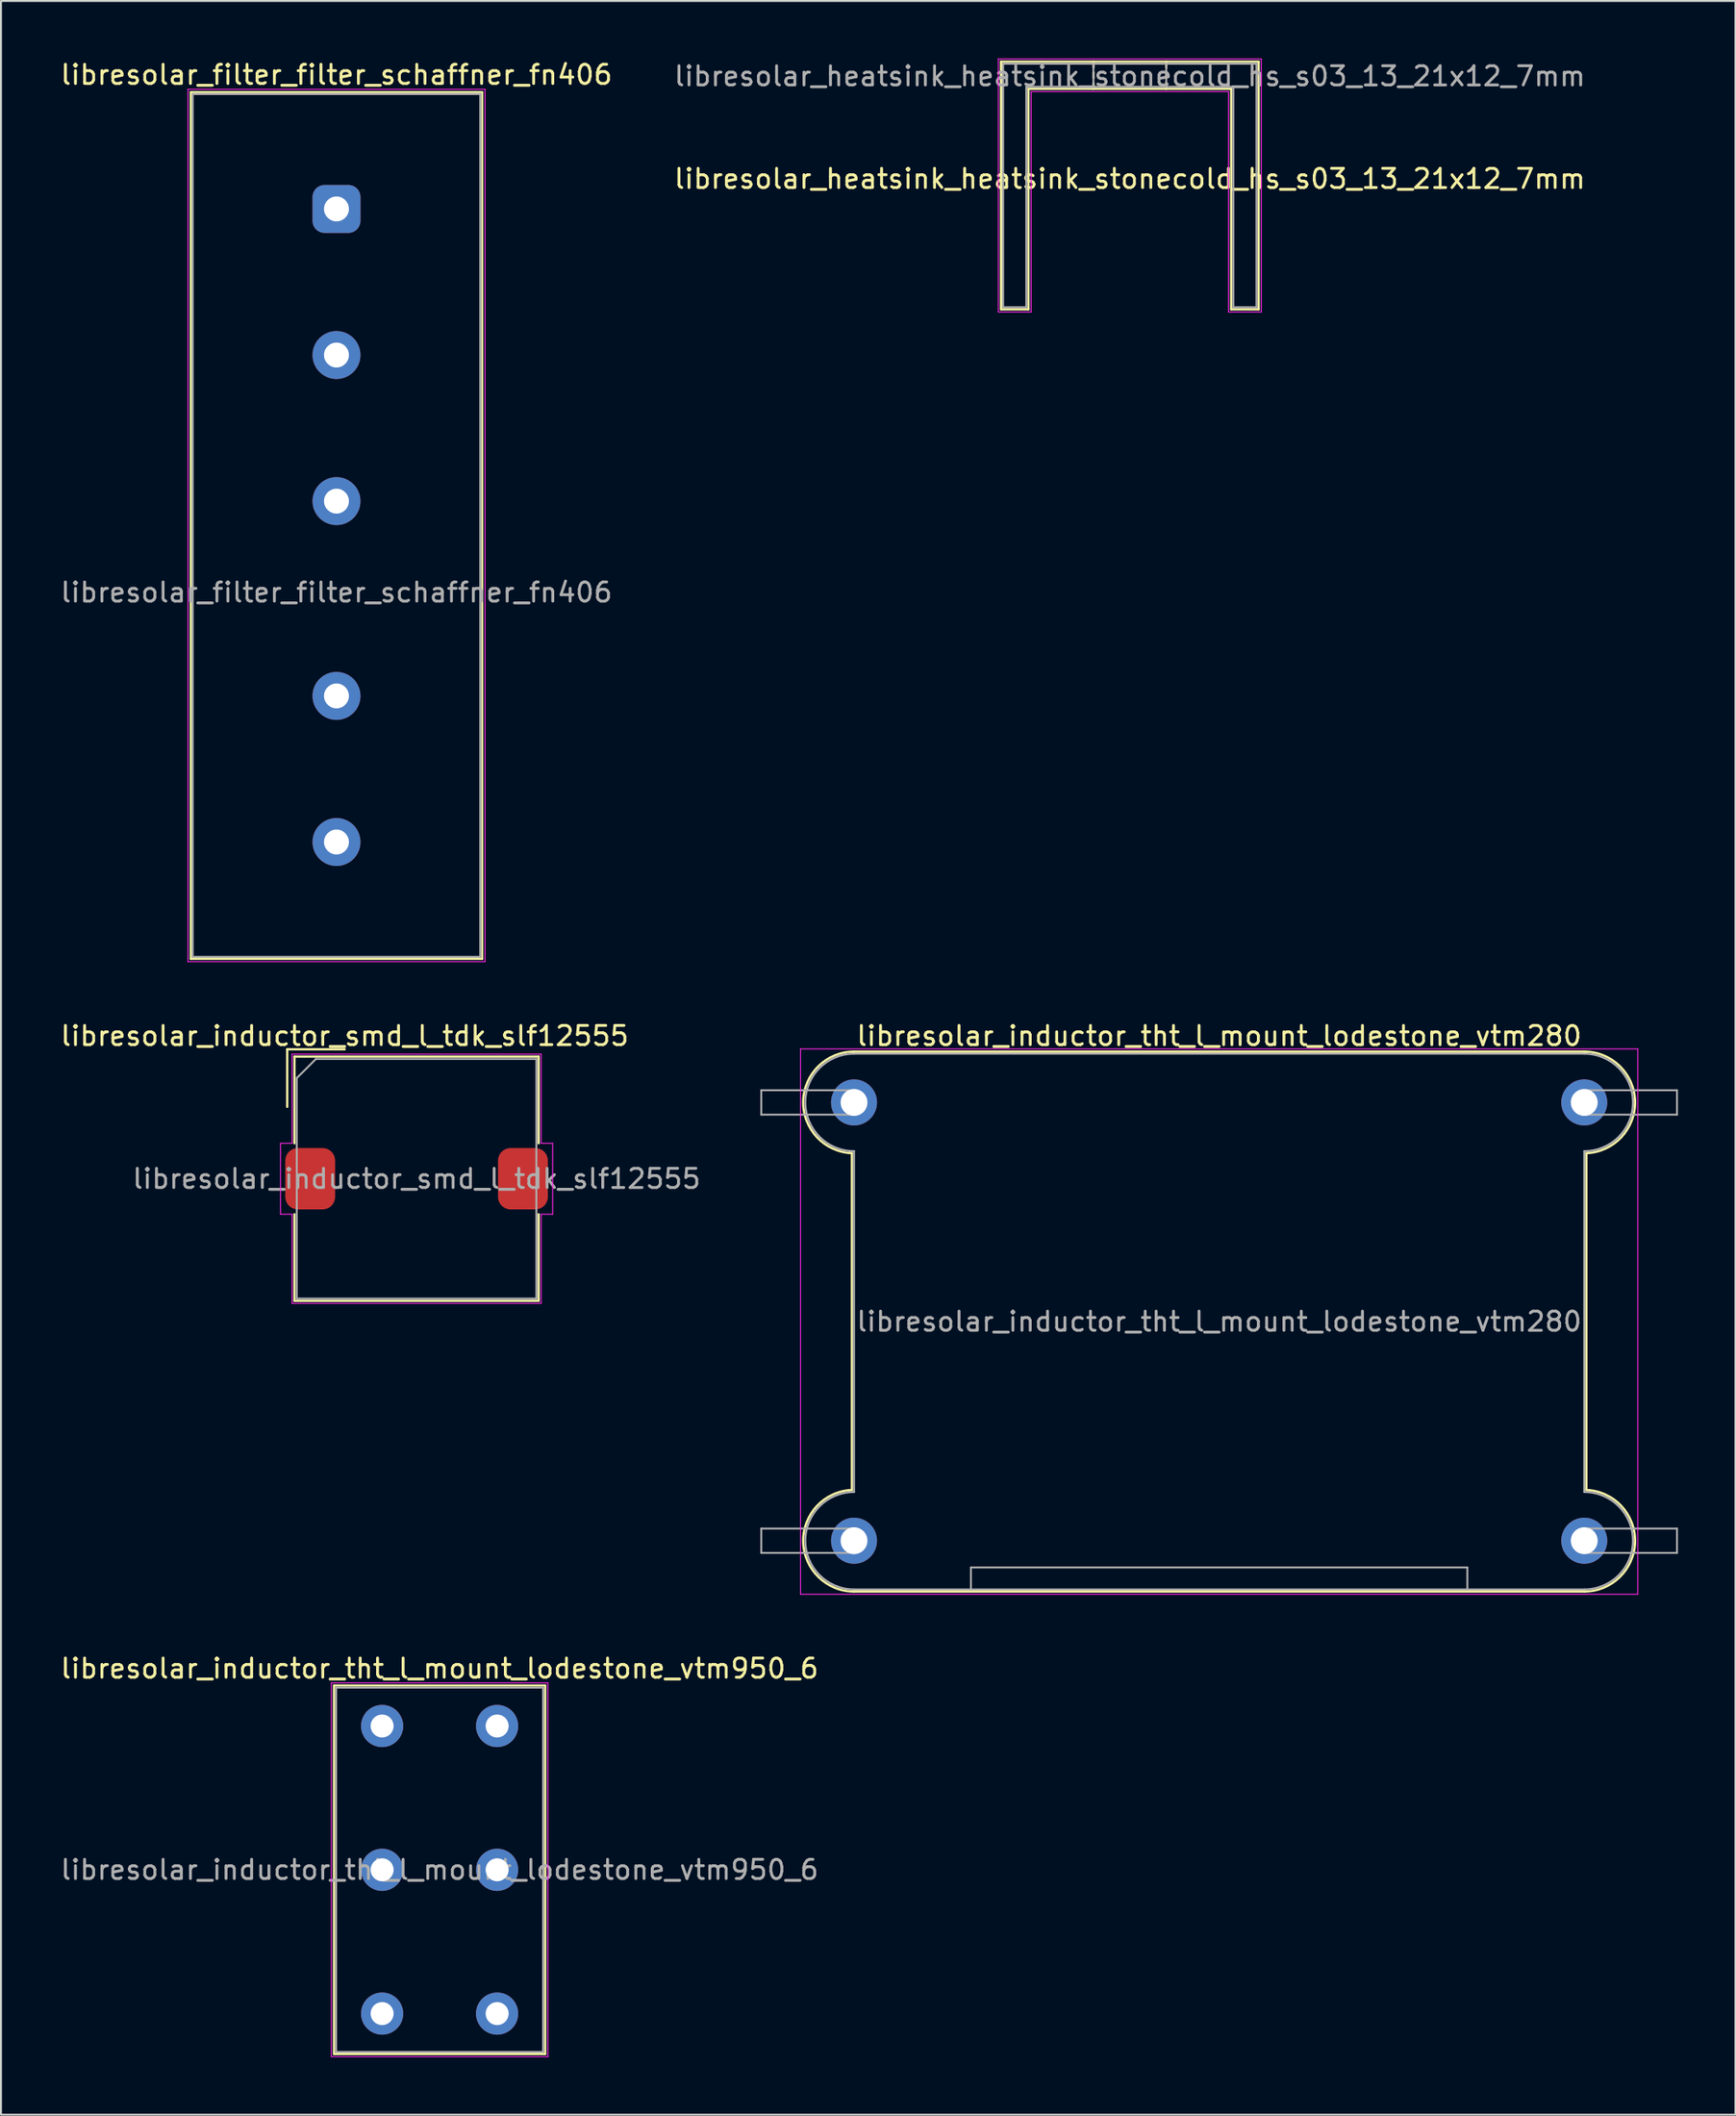
<source format=kicad_pcb>
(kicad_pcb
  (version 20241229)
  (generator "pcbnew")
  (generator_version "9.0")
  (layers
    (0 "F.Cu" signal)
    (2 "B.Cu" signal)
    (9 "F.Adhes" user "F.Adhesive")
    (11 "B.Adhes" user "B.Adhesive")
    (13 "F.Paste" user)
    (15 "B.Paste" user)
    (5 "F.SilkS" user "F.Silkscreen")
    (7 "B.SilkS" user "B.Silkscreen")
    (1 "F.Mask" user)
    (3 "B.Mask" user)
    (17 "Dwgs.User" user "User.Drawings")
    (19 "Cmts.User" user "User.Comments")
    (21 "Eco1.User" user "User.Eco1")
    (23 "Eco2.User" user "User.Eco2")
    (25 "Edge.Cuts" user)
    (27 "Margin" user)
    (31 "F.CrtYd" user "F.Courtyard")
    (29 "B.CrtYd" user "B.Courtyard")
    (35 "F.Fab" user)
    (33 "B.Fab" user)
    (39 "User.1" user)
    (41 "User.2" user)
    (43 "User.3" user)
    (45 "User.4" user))
  (footprint "libresolar_inductor_tht_l_mount_lodestone_vtm280"
    (layer "F.Cu")
    (at 41.509 77.311)
    (property "Reference" "libresolar_inductor_tht_l_mount_lodestone_vtm280" (at 19.05 -26.33 0) (layer "F.SilkS") (effects (font (size 1 1) (thickness 0.15))))
    (attr through_hole)
    (fp_line (start -0.11 -2.65) (end -0.11 -20.21) (stroke (width 0.12) (type solid)) (layer "F.SilkS"))
    (fp_line (start 0 -25.51) (end 38.1 -25.51) (stroke (width 0.12) (type solid)) (layer "F.SilkS"))
    (fp_line (start 0 2.65) (end 38.1 2.65) (stroke (width 0.12) (type solid)) (layer "F.SilkS"))
    (fp_line (start 38.21 -2.65) (end 38.21 -20.21) (stroke (width 0.12) (type solid)) (layer "F.SilkS"))
    (fp_arc (start -0.11097 -20.212325) (mid -2.649418 -22.915497) (end 0 -25.51) (stroke (width 0.12) (type solid)) (layer "F.SilkS"))
    (fp_arc (start 0 2.65) (mid -2.649419 0.055497) (end -0.11097 -2.647675) (stroke (width 0.12) (type solid)) (layer "F.SilkS"))
    (fp_arc (start 38.1 -25.51) (mid 40.749419 -22.915497) (end 38.21097 -20.212325) (stroke (width 0.12) (type solid)) (layer "F.SilkS"))
    (fp_arc (start 38.21097 -2.647675) (mid 40.749418 0.055497) (end 38.1 2.65) (stroke (width 0.12) (type solid)) (layer "F.SilkS"))
    (fp_line (start -2.79 -25.65) (end 40.89 -25.65) (stroke (width 0.05) (type solid)) (layer "F.CrtYd"))
    (fp_line (start -2.79 2.79) (end -2.79 -25.65) (stroke (width 0.05) (type solid)) (layer "F.CrtYd"))
    (fp_line (start -2.79 2.79) (end 40.89 2.79) (stroke (width 0.05) (type solid)) (layer "F.CrtYd"))
    (fp_line (start 40.89 2.79) (end 40.89 -25.65) (stroke (width 0.05) (type solid)) (layer "F.CrtYd"))
    (fp_line (start -4.84 -23.495) (end 0 -23.495) (stroke (width 0.1) (type solid)) (layer "F.Fab"))
    (fp_line (start -4.84 -22.225) (end -4.84 -23.495) (stroke (width 0.1) (type solid)) (layer "F.Fab"))
    (fp_line (start -4.84 -0.635) (end 0 -0.635) (stroke (width 0.1) (type solid)) (layer "F.Fab"))
    (fp_line (start -4.84 0.635) (end -4.84 -0.635) (stroke (width 0.1) (type solid)) (layer "F.Fab"))
    (fp_line (start 0 -25.4) (end 38.1 -25.4) (stroke (width 0.1) (type solid)) (layer "F.Fab"))
    (fp_line (start 0 -22.225) (end -4.84 -22.225) (stroke (width 0.1) (type solid)) (layer "F.Fab"))
    (fp_line (start 0 -2.54) (end 0 -20.32) (stroke (width 0.1) (type solid)) (layer "F.Fab"))
    (fp_line (start 0 0.635) (end -4.84 0.635) (stroke (width 0.1) (type solid)) (layer "F.Fab"))
    (fp_line (start 0 2.54) (end 38.1 2.54) (stroke (width 0.1) (type solid)) (layer "F.Fab"))
    (fp_line (start 6.1 1.395) (end 6.1 2.54) (stroke (width 0.1) (type solid)) (layer "F.Fab"))
    (fp_line (start 6.1 1.395) (end 32 1.395) (stroke (width 0.1) (type solid)) (layer "F.Fab"))
    (fp_line (start 32 1.395) (end 32 2.54) (stroke (width 0.1) (type solid)) (layer "F.Fab"))
    (fp_line (start 38.1 -23.495) (end 42.94 -23.495) (stroke (width 0.1) (type solid)) (layer "F.Fab"))
    (fp_line (start 38.1 -2.54) (end 38.1 -20.32) (stroke (width 0.1) (type solid)) (layer "F.Fab"))
    (fp_line (start 38.1 -0.635) (end 42.94 -0.635) (stroke (width 0.1) (type solid)) (layer "F.Fab"))
    (fp_line (start 42.94 -23.495) (end 42.94 -22.225) (stroke (width 0.1) (type solid)) (layer "F.Fab"))
    (fp_line (start 42.94 -22.225) (end 38.1 -22.225) (stroke (width 0.1) (type solid)) (layer "F.Fab"))
    (fp_line (start 42.94 -0.635) (end 42.94 0.635) (stroke (width 0.1) (type solid)) (layer "F.Fab"))
    (fp_line (start 42.94 0.635) (end 38.1 0.635) (stroke (width 0.1) (type solid)) (layer "F.Fab"))
    (fp_arc (start 0 -23.495) (mid 0.635 -22.86) (end 0 -22.225) (stroke (width 0.1) (type solid)) (layer "F.Fab"))
    (fp_arc (start 0 -20.32) (mid -2.54 -22.86) (end 0 -25.4) (stroke (width 0.1) (type solid)) (layer "F.Fab"))
    (fp_arc (start 0 -0.635) (mid 0.635 0) (end 0 0.635) (stroke (width 0.1) (type solid)) (layer "F.Fab"))
    (fp_arc (start 0 2.54) (mid -2.54 0) (end 0 -2.54) (stroke (width 0.1) (type solid)) (layer "F.Fab"))
    (fp_arc (start 38.1 -25.4) (mid 40.64 -22.86) (end 38.1 -20.32) (stroke (width 0.1) (type solid)) (layer "F.Fab"))
    (fp_arc (start 38.1 -22.225) (mid 37.465 -22.86) (end 38.1 -23.495) (stroke (width 0.1) (type solid)) (layer "F.Fab"))
    (fp_arc (start 38.1 -2.54) (mid 40.64 0) (end 38.1 2.54) (stroke (width 0.1) (type solid)) (layer "F.Fab"))
    (fp_arc (start 38.1 0.635) (mid 37.465 0) (end 38.1 -0.635) (stroke (width 0.1) (type solid)) (layer "F.Fab"))
    (fp_text user "${REFERENCE}" (at 19.05 -11.43 0) (layer "F.Fab") (effects (font (size 1 1) (thickness 0.15))))
    (pad "1" thru_hole circle (at 0 0) (size 2.4 2.4) (drill 1.4) (layers "*.Cu" "*.Mask"))
    (pad "2" thru_hole circle (at 38.1 -22.86) (size 2.4 2.4) (drill 1.4) (layers "*.Cu" "*.Mask"))
    (pad "3" thru_hole circle (at 0 -22.86) (size 2.4 2.4) (drill 1.4) (layers "*.Cu" "*.Mask"))
    (pad "4" thru_hole circle (at 38.1 0) (size 2.4 2.4) (drill 1.4) (layers "*.Cu" "*.Mask")))
  (footprint "libresolar_heatsink_heatsink_stonecold_hs_s03_13_21x12_7mm"
    (layer "F.Cu")
    (at 55.899 0.275)
    (property "Reference" "libresolar_heatsink_heatsink_stonecold_hs_s03_13_21x12_7mm" (at 0 6 0) (layer "F.SilkS") (effects (font (size 1 1) (thickness 0.15))))
    (fp_line (start -6.72 -0.11) (end -6.72 12.81) (stroke (width 0.12) (type solid)) (layer "F.SilkS"))
    (fp_line (start -6.72 -0.11) (end 6.72 -0.11) (stroke (width 0.12) (type solid)) (layer "F.SilkS"))
    (fp_line (start -6.72 12.81) (end -5.29 12.81) (stroke (width 0.12) (type solid)) (layer "F.SilkS"))
    (fp_line (start -5.29 1.31) (end 5.29 1.31) (stroke (width 0.12) (type solid)) (layer "F.SilkS"))
    (fp_line (start -5.29 12.81) (end -5.29 1.31) (stroke (width 0.12) (type solid)) (layer "F.SilkS"))
    (fp_line (start -1.9 -0.11) (end -1.9 0.19) (stroke (width 0.12) (type solid)) (layer "F.SilkS"))
    (fp_line (start -1.9 0.45) (end -1.9 0.75) (stroke (width 0.12) (type solid)) (layer "F.SilkS"))
    (fp_line (start -1.9 1.01) (end -1.9 1.31) (stroke (width 0.12) (type solid)) (layer "F.SilkS"))
    (fp_line (start 1.9 -0.11) (end 1.9 0.19) (stroke (width 0.12) (type solid)) (layer "F.SilkS"))
    (fp_line (start 1.9 0.45) (end 1.9 0.75) (stroke (width 0.12) (type solid)) (layer "F.SilkS"))
    (fp_line (start 1.9 1.01) (end 1.9 1.31) (stroke (width 0.12) (type solid)) (layer "F.SilkS"))
    (fp_line (start 5.29 1.31) (end 5.29 12.81) (stroke (width 0.12) (type solid)) (layer "F.SilkS"))
    (fp_line (start 5.29 12.81) (end 6.72 12.81) (stroke (width 0.12) (type solid)) (layer "F.SilkS"))
    (fp_line (start 6.72 -0.11) (end 6.72 12.81) (stroke (width 0.12) (type solid)) (layer "F.SilkS"))
    (fp_line (start -6.86 -0.25) (end -6.86 12.95) (stroke (width 0.05) (type solid)) (layer "F.CrtYd"))
    (fp_line (start -6.86 -0.25) (end 6.86 -0.25) (stroke (width 0.05) (type solid)) (layer "F.CrtYd"))
    (fp_line (start -6.86 12.95) (end -5.15 12.95) (stroke (width 0.05) (type solid)) (layer "F.CrtYd"))
    (fp_line (start -5.15 1.45) (end -5.15 12.95) (stroke (width 0.05) (type solid)) (layer "F.CrtYd"))
    (fp_line (start -5.15 1.45) (end 5.15 1.45) (stroke (width 0.05) (type solid)) (layer "F.CrtYd"))
    (fp_line (start 5.15 1.45) (end 5.15 12.95) (stroke (width 0.05) (type solid)) (layer "F.CrtYd"))
    (fp_line (start 5.15 12.95) (end 6.86 12.95) (stroke (width 0.05) (type solid)) (layer "F.CrtYd"))
    (fp_line (start 6.86 -0.25) (end 6.86 12.95) (stroke (width 0.05) (type solid)) (layer "F.CrtYd"))
    (fp_line (start -6.61 0) (end -6.61 12.7) (stroke (width 0.1) (type solid)) (layer "F.Fab"))
    (fp_line (start -6.61 0) (end 6.61 0) (stroke (width 0.1) (type solid)) (layer "F.Fab"))
    (fp_line (start -6.61 12.7) (end -5.4 12.7) (stroke (width 0.1) (type solid)) (layer "F.Fab"))
    (fp_line (start -5.4 1.2) (end -5.4 12.7) (stroke (width 0.1) (type solid)) (layer "F.Fab"))
    (fp_line (start -5.4 1.2) (end 5.4 1.2) (stroke (width 0.1) (type solid)) (layer "F.Fab"))
    (fp_line (start -1.9 1.2) (end -1.9 0) (stroke (width 0.1) (type solid)) (layer "F.Fab"))
    (fp_line (start 1.9 1.2) (end 1.9 0) (stroke (width 0.1) (type solid)) (layer "F.Fab"))
    (fp_line (start 5.4 1.2) (end 5.4 12.7) (stroke (width 0.1) (type solid)) (layer "F.Fab"))
    (fp_line (start 5.4 12.7) (end 6.61 12.7) (stroke (width 0.1) (type solid)) (layer "F.Fab"))
    (fp_line (start 6.61 0) (end 6.61 12.7) (stroke (width 0.1) (type solid)) (layer "F.Fab"))
    (fp_text user "${REFERENCE}" (at 0 0.65 0) (layer "F.Fab") (effects (font (size 1 1) (thickness 0.15)))))
  (footprint "libresolar_inductor_tht_l_mount_lodestone_vtm950_6"
    (layer "F.Cu")
    (at 16.887 86.975)
    (property "Reference" "libresolar_inductor_tht_l_mount_lodestone_vtm950_6" (at 3 -3 0) (layer "F.SilkS") (effects (font (size 1 1) (thickness 0.15))))
    (attr through_hole)
    (fp_line (start -2.51 -2.11) (end -2.51 17.11) (stroke (width 0.12) (type solid)) (layer "F.SilkS"))
    (fp_line (start -2.51 -2.11) (end 8.51 -2.11) (stroke (width 0.12) (type solid)) (layer "F.SilkS"))
    (fp_line (start -2.51 17.11) (end 8.51 17.11) (stroke (width 0.12) (type solid)) (layer "F.SilkS"))
    (fp_line (start 8.51 -2.11) (end 8.51 17.11) (stroke (width 0.12) (type solid)) (layer "F.SilkS"))
    (fp_line (start -2.65 -2.25) (end -2.65 17.25) (stroke (width 0.05) (type solid)) (layer "F.CrtYd"))
    (fp_line (start -2.65 -2.25) (end 8.65 -2.25) (stroke (width 0.05) (type solid)) (layer "F.CrtYd"))
    (fp_line (start -2.65 17.25) (end 8.65 17.25) (stroke (width 0.05) (type solid)) (layer "F.CrtYd"))
    (fp_line (start 8.65 -2.25) (end 8.65 17.25) (stroke (width 0.05) (type solid)) (layer "F.CrtYd"))
    (fp_line (start -2.4 -2) (end -2.4 17) (stroke (width 0.1) (type solid)) (layer "F.Fab"))
    (fp_line (start -2.4 -2) (end 8.4 -2) (stroke (width 0.1) (type solid)) (layer "F.Fab"))
    (fp_line (start -2.4 17) (end 8.4 17) (stroke (width 0.1) (type solid)) (layer "F.Fab"))
    (fp_line (start 8.4 -2) (end 8.4 17) (stroke (width 0.1) (type solid)) (layer "F.Fab"))
    (fp_text user "${REFERENCE}" (at 3 7.5 0) (layer "F.Fab") (effects (font (size 1 1) (thickness 0.15))))
    (pad "1" thru_hole circle (at 0 0) (size 2.2 2.2) (drill 1.2) (layers "*.Cu" "*.Mask"))
    (pad "2" thru_hole circle (at 6 15) (size 2.2 2.2) (drill 1.2) (layers "*.Cu" "*.Mask"))
    (pad "3" thru_hole circle (at 0 15) (size 2.2 2.2) (drill 1.2) (layers "*.Cu" "*.Mask"))
    (pad "4" thru_hole circle (at 6 0) (size 2.2 2.2) (drill 1.2) (layers "*.Cu" "*.Mask"))
    (pad "5" thru_hole circle (at 0 7.5) (size 2.2 2.2) (drill 1.2) (layers "*.Cu" "*.Mask"))
    (pad "6" thru_hole circle (at 6 7.5) (size 2.2 2.2) (drill 1.2) (layers "*.Cu" "*.Mask")))
  (footprint "libresolar_inductor_smd_l_tdk_slf12555"
    (layer "F.Cu")
    (at 18.685 58.431)
    (property "Reference" "libresolar_inductor_smd_l_tdk_slf12555" (at -3.75 -7.45 0) (layer "F.SilkS") (effects (font (size 1 1) (thickness 0.15))))
    (attr smd)
    (fp_line (start -6.75 -6.75) (end -3.75 -6.75) (stroke (width 0.12) (type solid)) (layer "F.SilkS"))
    (fp_line (start -6.75 -3.75) (end -6.75 -6.75) (stroke (width 0.12) (type solid)) (layer "F.SilkS"))
    (fp_line (start -6.37 -6.37) (end -6.37 -1.85) (stroke (width 0.12) (type solid)) (layer "F.SilkS"))
    (fp_line (start -6.37 -6.37) (end 6.37 -6.37) (stroke (width 0.12) (type solid)) (layer "F.SilkS"))
    (fp_line (start -6.37 1.85) (end -6.37 6.37) (stroke (width 0.12) (type solid)) (layer "F.SilkS"))
    (fp_line (start -6.37 6.37) (end 6.37 6.37) (stroke (width 0.12) (type solid)) (layer "F.SilkS"))
    (fp_line (start 6.37 -6.37) (end 6.37 -1.85) (stroke (width 0.12) (type solid)) (layer "F.SilkS"))
    (fp_line (start 6.37 1.85) (end 6.37 6.37) (stroke (width 0.12) (type solid)) (layer "F.SilkS"))
    (fp_line (start -7.1 -1.85) (end -7.1 1.85) (stroke (width 0.05) (type solid)) (layer "F.CrtYd"))
    (fp_line (start -7.1 1.85) (end -6.5 1.85) (stroke (width 0.05) (type solid)) (layer "F.CrtYd"))
    (fp_line (start -6.5 -6.5) (end -6.5 -1.85) (stroke (width 0.05) (type solid)) (layer "F.CrtYd"))
    (fp_line (start -6.5 -6.5) (end 6.5 -6.5) (stroke (width 0.05) (type solid)) (layer "F.CrtYd"))
    (fp_line (start -6.5 -1.85) (end -7.1 -1.85) (stroke (width 0.05) (type solid)) (layer "F.CrtYd"))
    (fp_line (start -6.5 1.85) (end -6.5 6.5) (stroke (width 0.05) (type solid)) (layer "F.CrtYd"))
    (fp_line (start -6.5 6.5) (end 6.5 6.5) (stroke (width 0.05) (type solid)) (layer "F.CrtYd"))
    (fp_line (start 6.5 -6.5) (end 6.5 -1.85) (stroke (width 0.05) (type solid)) (layer "F.CrtYd"))
    (fp_line (start 6.5 -1.85) (end 7.1 -1.85) (stroke (width 0.05) (type solid)) (layer "F.CrtYd"))
    (fp_line (start 6.5 1.85) (end 6.5 6.5) (stroke (width 0.05) (type solid)) (layer "F.CrtYd"))
    (fp_line (start 7.1 -1.85) (end 7.1 1.85) (stroke (width 0.05) (type solid)) (layer "F.CrtYd"))
    (fp_line (start 7.1 1.85) (end 6.5 1.85) (stroke (width 0.05) (type solid)) (layer "F.CrtYd"))
    (fp_line (start -6.25 -5.25) (end -5.25 -6.25) (stroke (width 0.1) (type solid)) (layer "F.Fab"))
    (fp_line (start -6.25 6.25) (end -6.25 -5.25) (stroke (width 0.1) (type solid)) (layer "F.Fab"))
    (fp_line (start -5.25 -6.25) (end 6.25 -6.25) (stroke (width 0.1) (type solid)) (layer "F.Fab"))
    (fp_line (start 6.25 -6.25) (end 6.25 6.25) (stroke (width 0.1) (type solid)) (layer "F.Fab"))
    (fp_line (start 6.25 6.25) (end -6.25 6.25) (stroke (width 0.1) (type solid)) (layer "F.Fab"))
    (fp_text user "${REFERENCE}" (at 0 0 0) (layer "F.Fab") (effects (font (size 1 1) (thickness 0.15))))
    (pad "1" smd roundrect (at -5.55 0) (size 2.6 3.2) (layers "F.Cu" "F.Mask" "F.Paste") (roundrect_rratio 0.25))
    (pad "2" smd roundrect (at 5.55 0) (size 2.6 3.2) (layers "F.Cu" "F.Mask" "F.Paste") (roundrect_rratio 0.25)))
  (footprint "libresolar_filter_filter_schaffner_fn406"
    (layer "F.Cu")
    (at 14.506 7.848)
    (property "Reference" "libresolar_filter_filter_schaffner_fn406" (at 0 -7 0) (layer "F.SilkS") (effects (font (size 1 1) (thickness 0.15))))
    (attr through_hole)
    (fp_line (start -7.6 -6.09) (end -7.6 39.11) (stroke (width 0.12) (type solid)) (layer "F.SilkS"))
    (fp_line (start -7.6 -6.09) (end 7.6 -6.09) (stroke (width 0.12) (type solid)) (layer "F.SilkS"))
    (fp_line (start -7.6 39.11) (end 7.6 39.11) (stroke (width 0.12) (type solid)) (layer "F.SilkS"))
    (fp_line (start 7.6 39.11) (end 7.6 -6.09) (stroke (width 0.12) (type solid)) (layer "F.SilkS"))
    (fp_line (start -7.75 -6.24) (end -7.75 39.26) (stroke (width 0.05) (type solid)) (layer "F.CrtYd"))
    (fp_line (start -7.75 -6.24) (end 7.75 -6.24) (stroke (width 0.05) (type solid)) (layer "F.CrtYd"))
    (fp_line (start -7.75 39.26) (end 7.75 39.26) (stroke (width 0.05) (type solid)) (layer "F.CrtYd"))
    (fp_line (start 7.75 -6.24) (end 7.75 39.26) (stroke (width 0.05) (type solid)) (layer "F.CrtYd"))
    (fp_line (start -7.5 -5.99) (end -7.5 39.01) (stroke (width 0.1) (type solid)) (layer "F.Fab"))
    (fp_line (start -7.5 -5.99) (end 7.5 -5.99) (stroke (width 0.1) (type solid)) (layer "F.Fab"))
    (fp_line (start -7.5 39.01) (end 7.5 39.01) (stroke (width 0.1) (type solid)) (layer "F.Fab"))
    (fp_line (start 7.5 -5.99) (end 7.5 39.01) (stroke (width 0.1) (type solid)) (layer "F.Fab"))
    (fp_text user "${REFERENCE}" (at 0 20 0) (layer "F.Fab") (effects (font (size 1 1) (thickness 0.15))))
    (pad "1" thru_hole roundrect (at 0 0) (size 2.5 2.5) (drill 1.3) (layers "*.Cu" "*.Mask") (roundrect_rratio 0.25))
    (pad "2" thru_hole circle (at 0 7.62) (size 2.5 2.5) (drill 1.3) (layers "*.Cu" "*.Mask"))
    (pad "3" thru_hole circle (at 0 15.24) (size 2.5 2.5) (drill 1.3) (layers "*.Cu" "*.Mask"))
    (pad "4" thru_hole circle (at 0 25.4) (size 2.5 2.5) (drill 1.3) (layers "*.Cu" "*.Mask"))
    (pad "5" thru_hole circle (at 0 33.02) (size 2.5 2.5) (drill 1.3) (layers "*.Cu" "*.Mask")))
  (gr_rect
    (start -3 -3)
    (end 87.499 107.25)
    (stroke (width 0.1) (type default))
    (fill no)
    (layer "Edge.Cuts")))
</source>
